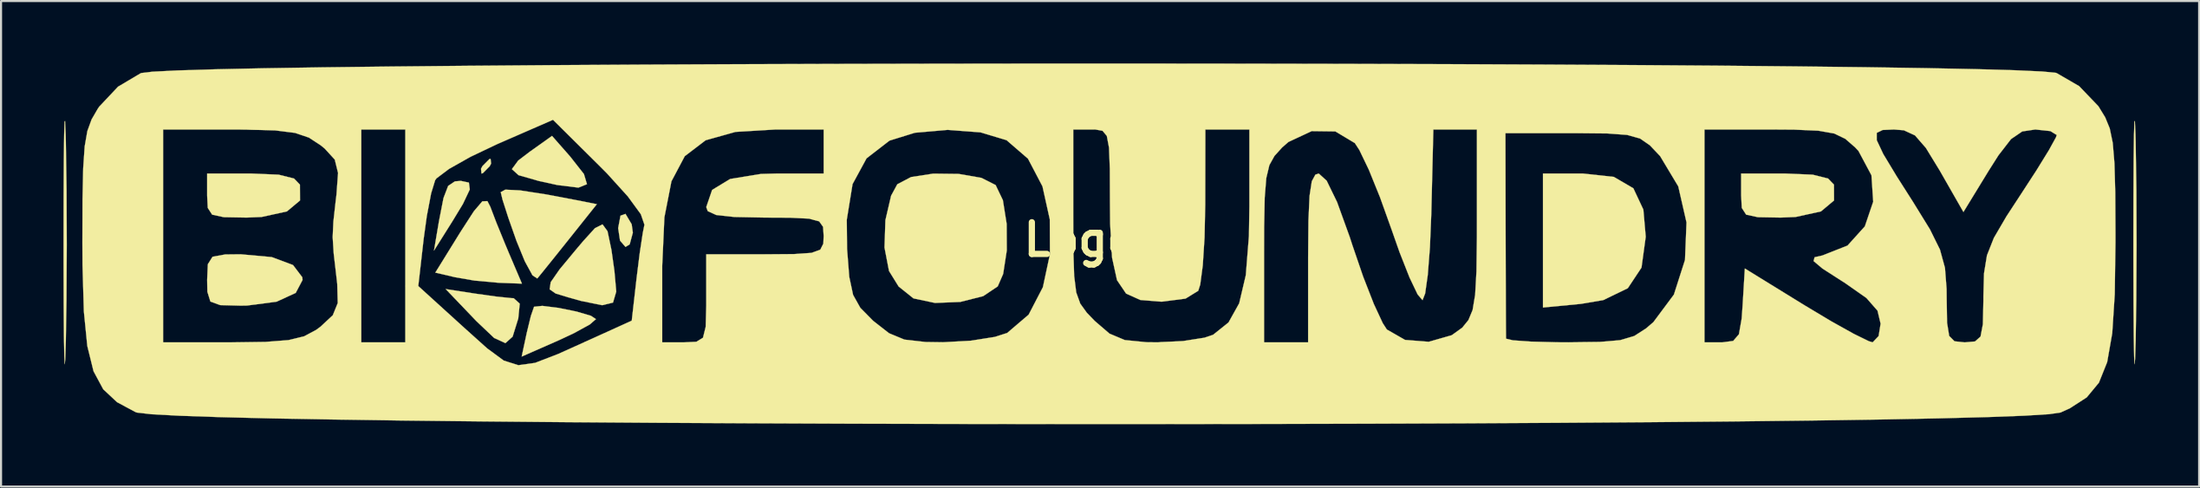
<source format=kicad_pcb>
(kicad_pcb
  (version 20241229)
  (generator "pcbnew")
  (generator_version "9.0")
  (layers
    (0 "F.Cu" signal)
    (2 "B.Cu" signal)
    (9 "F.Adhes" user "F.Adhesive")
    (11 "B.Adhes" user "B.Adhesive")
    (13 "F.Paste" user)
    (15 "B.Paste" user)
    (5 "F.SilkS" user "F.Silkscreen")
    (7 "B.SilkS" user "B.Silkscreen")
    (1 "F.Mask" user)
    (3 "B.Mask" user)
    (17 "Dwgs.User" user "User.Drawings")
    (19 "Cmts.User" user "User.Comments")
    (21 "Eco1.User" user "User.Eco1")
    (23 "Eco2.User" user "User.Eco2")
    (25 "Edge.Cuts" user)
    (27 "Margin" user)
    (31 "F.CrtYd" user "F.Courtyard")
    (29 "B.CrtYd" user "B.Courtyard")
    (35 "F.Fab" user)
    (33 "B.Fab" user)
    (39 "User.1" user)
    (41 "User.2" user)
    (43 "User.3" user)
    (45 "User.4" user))
  (footprint "Logo2"
    (layer "F.Cu")
    (at 49.592 8.466)
    (property "Reference" "Logo2" (at 0 0 0) (layer "F.SilkS") (effects (font (size 1.524 1.524) (thickness 0.3))))
    (attr through_hole)
    (fp_poly (pts (xy -29.038 -3.653) (xy -29.104 -3.528) (xy -29.437 -3.191) (xy -29.499 -3.175) (xy -29.523 -3.403) (xy -29.457 -3.528) (xy -29.125 -3.865) (xy -29.063 -3.881) (xy -29.038 -3.653)) (stroke (width 0.01) (type solid)) (fill yes) (layer "F.SilkS"))
    (fp_poly (pts (xy -22.281 -0.737) (xy -22.225 -0.332) (xy -22.377 0.23) (xy -22.578 0.353) (xy -22.841 0.05) (xy -22.931 -0.55) (xy -22.819 -1.15) (xy -22.578 -1.235) (xy -22.281 -0.737)) (stroke (width 0.01) (type solid)) (fill yes) (layer "F.SilkS"))
    (fp_poly (pts (xy -30.105 -2.739) (xy -30.062 -2.41) (xy -30.389 -1.718) (xy -30.896 -0.882) (xy -31.783 0.529) (xy -31.544 -0.882) (xy -31.326 -1.998) (xy -31.102 -2.581) (xy -30.779 -2.798) (xy -30.494 -2.822) (xy -30.105 -2.739)) (stroke (width 0.01) (type solid)) (fill yes) (layer "F.SilkS"))
    (fp_poly (pts (xy -25.237 -3.991) (xy -24.576 -3.15) (xy -24.43 -2.663) (xy -24.841 -2.498) (xy -25.85 -2.622) (xy -26.741 -2.817) (xy -27.72 -3.097) (xy -28.039 -3.386) (xy -27.734 -3.801) (xy -27.187 -4.217) (xy -26.11 -4.984) (xy -25.237 -3.991)) (stroke (width 0.01) (type solid)) (fill yes) (layer "F.SilkS"))
    (fp_poly (pts (xy 24.926 -3.013) (xy 25.864 -2.465) (xy 26.344 -1.442) (xy 26.458 -0.137) (xy 26.255 1.346) (xy 25.597 2.337) (xy 24.416 2.909) (xy 23.349 3.089) (xy 21.519 3.265) (xy 21.519 -3.175) (xy 23.44 -3.175) (xy 24.926 -3.013)) (stroke (width 0.01) (type solid)) (fill yes) (layer "F.SilkS"))
    (fp_poly (pts (xy -29.81 2.596) (xy -28.799 2.737) (xy -28.056 2.814) (xy -27.951 2.818) (xy -27.662 3.079) (xy -27.732 3.792) (xy -28.003 4.665) (xy -28.35 4.977) (xy -28.891 4.729) (xy -29.741 3.924) (xy -29.827 3.834) (xy -31.221 2.378) (xy -29.81 2.596)) (stroke (width 0.01) (type solid)) (fill yes) (layer "F.SilkS"))
    (fp_poly (pts (xy -39.248 -3.12) (xy -38.508 -2.935) (xy -38.226 -2.641) (xy -38.222 -1.88) (xy -38.851 -1.354) (xy -40.072 -1.087) (xy -40.789 -1.058) (xy -41.883 -1.077) (xy -42.446 -1.199) (xy -42.656 -1.523) (xy -42.686 -2.117) (xy -42.686 -3.175) (xy -40.558 -3.175) (xy -39.248 -3.12)) (stroke (width 0.01) (type solid)) (fill yes) (layer "F.SilkS"))
    (fp_poly (pts (xy -29.078 -1.584) (xy -28.79 -0.829) (xy -28.36 0.224) (xy -28.195 0.617) (xy -27.556 2.117) (xy -28.683 2.075) (xy -29.837 1.97) (xy -30.764 1.81) (xy -31.719 1.587) (xy -30.521 -0.349) (xy -29.865 -1.364) (xy -29.46 -1.839) (xy -29.216 -1.85) (xy -29.078 -1.584)) (stroke (width 0.01) (type solid)) (fill yes) (layer "F.SilkS"))
    (fp_poly (pts (xy -25.802 3.282) (xy -24.932 3.459) (xy -24.24 3.663) (xy -23.997 3.823) (xy -24.297 4.082) (xy -25.062 4.501) (xy -25.787 4.84) (xy -27.568 5.623) (xy -27.325 4.487) (xy -27.128 3.675) (xy -26.977 3.238) (xy -26.97 3.228) (xy -26.574 3.186) (xy -25.802 3.282)) (stroke (width 0.01) (type solid)) (fill yes) (layer "F.SilkS"))
    (fp_poly (pts (xy 34.483 -3.12) (xy 35.223 -2.935) (xy 35.505 -2.641) (xy 35.508 -1.88) (xy 34.879 -1.354) (xy 33.659 -1.087) (xy 32.942 -1.058) (xy 31.848 -1.077) (xy 31.284 -1.199) (xy 31.075 -1.523) (xy 31.044 -2.117) (xy 31.044 -3.175) (xy 33.172 -3.175) (xy 34.483 -3.12)) (stroke (width 0.01) (type solid)) (fill yes) (layer "F.SilkS"))
    (fp_poly (pts (xy -27.646 -2.365) (xy -26.379 -2.169) (xy -24.942 -1.897) (xy -23.956 -1.701) (xy -25.267 -0.057) (xy -26.011 0.873) (xy -26.585 1.585) (xy -26.818 1.869) (xy -27.049 1.717) (xy -27.417 1.044) (xy -27.816 0.069) (xy -28.213 -1.059) (xy -28.488 -1.916) (xy -28.575 -2.28) (xy -28.354 -2.4) (xy -27.646 -2.365)) (stroke (width 0.01) (type solid)) (fill yes) (layer "F.SilkS"))
    (fp_poly (pts (xy -39.578 0.842) (xy -38.558 1.223) (xy -38.112 1.811) (xy -38.1 1.94) (xy -38.428 2.562) (xy -39.347 2.985) (xy -40.763 3.17) (xy -41.075 3.175) (xy -42.06 3.15) (xy -42.53 2.977) (xy -42.675 2.51) (xy -42.686 1.94) (xy -42.653 1.185) (xy -42.427 0.825) (xy -41.818 0.714) (xy -41.075 0.706) (xy -39.578 0.842)) (stroke (width 0.01) (type solid)) (fill yes) (layer "F.SilkS"))
    (fp_poly (pts (xy -23.443 -0.405) (xy -23.253 0.502) (xy -23.112 1.499) (xy -23.023 2.499) (xy -23.178 3.028) (xy -23.698 3.154) (xy -24.708 2.95) (xy -25.34 2.773) (xy -25.935 2.592) (xy -26.224 2.39) (xy -26.173 2.046) (xy -25.75 1.437) (xy -24.923 0.44) (xy -24.61 0.071) (xy -24.047 -0.549) (xy -23.683 -0.732) (xy -23.443 -0.405)) (stroke (width 0.01) (type solid)) (fill yes) (layer "F.SilkS"))
    (fp_poly (pts (xy -49.488 -5.082) (xy -49.478 -4.695) (xy -49.443 -2.399) (xy -49.433 0.247) (xy -49.447 2.888) (xy -49.478 4.83) (xy -49.505 5.745) (xy -49.53 5.992) (xy -49.551 5.61) (xy -49.569 4.635) (xy -49.581 3.106) (xy -49.587 1.06) (xy -49.587 0.176) (xy -49.584 -2.063) (xy -49.574 -3.811) (xy -49.559 -5.026) (xy -49.539 -5.669) (xy -49.515 -5.701) (xy -49.488 -5.082)) (stroke (width 0.01) (type solid)) (fill yes) (layer "F.SilkS"))
    (fp_poly (pts (xy 49.995 -5.082) (xy 50.005 -4.695) (xy 50.04 -2.399) (xy 50.05 0.247) (xy 50.036 2.888) (xy 50.006 4.83) (xy 49.978 5.745) (xy 49.953 5.992) (xy 49.932 5.61) (xy 49.915 4.635) (xy 49.903 3.106) (xy 49.897 1.06) (xy 49.896 0.176) (xy 49.9 -2.063) (xy 49.909 -3.811) (xy 49.925 -5.026) (xy 49.945 -5.669) (xy 49.969 -5.701) (xy 49.995 -5.082)) (stroke (width 0.01) (type solid)) (fill yes) (layer "F.SilkS"))
    (fp_poly (pts (xy -6.565 -3.157) (xy -5.472 -2.967) (xy -4.788 -2.621) (xy -4.439 -1.892) (xy -4.258 -0.754) (xy -4.252 0.519) (xy -4.426 1.649) (xy -4.687 2.249) (xy -5.385 2.717) (xy -6.485 2.996) (xy -7.701 3.045) (xy -8.736 2.827) (xy -9.451 2.255) (xy -9.913 1.509) (xy -10.13 0.38) (xy -10.086 -0.934) (xy -9.813 -2.108) (xy -9.514 -2.66) (xy -8.854 -3.006) (xy -7.782 -3.171) (xy -6.565 -3.157)) (stroke (width 0.01) (type solid)) (fill yes) (layer "F.SilkS"))
    (fp_poly (pts (xy 7.225 -8.456) (xy 12.113 -8.447) (xy 16.876 -8.433) (xy 21.461 -8.413) (xy 25.816 -8.389) (xy 29.89 -8.36) (xy 33.63 -8.325) (xy 36.985 -8.286) (xy 39.903 -8.242) (xy 42.331 -8.193) (xy 44.218 -8.139) (xy 45.512 -8.08) (xy 46.161 -8.017) (xy 46.202 -8.006) (xy 47.289 -7.376) (xy 48.209 -6.417) (xy 48.23 -6.386) (xy 48.542 -5.876) (xy 48.761 -5.341) (xy 48.904 -4.649) (xy 48.986 -3.67) (xy 49.025 -2.273) (xy 49.035 -0.328) (xy 49.035 0.14) (xy 49.001 2.621) (xy 48.88 4.501) (xy 48.637 5.887) (xy 48.239 6.88) (xy 47.652 7.586) (xy 46.843 8.108) (xy 46.394 8.312) (xy 45.852 8.391) (xy 44.657 8.465) (xy 42.86 8.532) (xy 40.514 8.593) (xy 37.67 8.648) (xy 34.38 8.697) (xy 30.696 8.74) (xy 26.669 8.776) (xy 22.351 8.806) (xy 17.795 8.831) (xy 13.051 8.849) (xy 8.172 8.861) (xy 3.209 8.867) (xy -1.786 8.867) (xy -6.76 8.861) (xy -11.663 8.849) (xy -16.443 8.83) (xy -21.047 8.806) (xy -25.424 8.776) (xy -29.522 8.739) (xy -33.29 8.697) (xy -36.675 8.648) (xy -39.626 8.594) (xy -42.091 8.533) (xy -44.018 8.467) (xy -45.356 8.395) (xy -46.053 8.316) (xy -46.119 8.296) (xy -47.015 7.816) (xy -47.68 7.195) (xy -48.146 6.329) (xy -48.446 5.114) (xy -48.612 3.446) (xy -48.677 1.221) (xy -48.682 0.14) (xy -48.676 -1.931) (xy -48.644 -3.427) (xy -48.572 -4.48) (xy -48.443 -5.219) (xy -48.416 -5.292) (xy -44.803 -5.292) (xy -44.803 4.939) (xy -41.499 4.939) (xy -39.872 4.917) (xy -38.772 4.831) (xy -38.022 4.648) (xy -37.443 4.338) (xy -37.234 4.183) (xy -36.646 3.635) (xy -36.409 3.049) (xy -36.433 2.138) (xy -36.471 1.802) (xy -36.604 0.66) (xy -36.653 -0.117) (xy -36.618 -0.866) (xy -36.5 -1.923) (xy -36.471 -2.154) (xy -36.394 -3.202) (xy -36.552 -3.846) (xy -37.037 -4.376) (xy -37.234 -4.536) (xy -37.794 -4.902) (xy -38.46 -5.128) (xy -39.408 -5.247) (xy -40.816 -5.289) (xy -41.499 -5.292) (xy -35.278 -5.292) (xy -35.278 4.939) (xy -33.161 4.939) (xy -33.161 2.233) (xy -32.538 2.233) (xy -30.292 4.273) (xy -29.222 5.233) (xy -28.432 5.814) (xy -27.73 6.038) (xy -26.922 5.925) (xy -25.818 5.499) (xy -24.532 4.92) (xy -22.278 3.898) (xy -22.046 1.861) (xy -21.988 1.394) (xy -20.814 1.394) (xy -20.814 4.939) (xy -19.756 4.939) (xy -19.17 4.911) (xy -18.854 4.717) (xy -18.724 4.191) (xy -18.697 3.165) (xy -18.697 2.822) (xy -18.697 0.706) (xy -15.875 0.706) (xy -14.475 0.696) (xy -13.637 0.638) (xy -13.217 0.486) (xy -13.07 0.195) (xy -13.053 -0.176) (xy -13.083 -0.614) (xy -13.269 -0.876) (xy -13.556 -0.953) (xy -11.943 -0.953) (xy -11.929 0.448) (xy -11.824 1.79) (xy -11.64 2.657) (xy -11.293 3.277) (xy -10.698 3.881) (xy -10.652 3.922) (xy -9.911 4.501) (xy -9.172 4.807) (xy -8.163 4.922) (xy -7.315 4.934) (xy -5.986 4.861) (xy -4.824 4.677) (xy -4.233 4.488) (xy -3.202 3.608) (xy -2.517 2.288) (xy -2.178 0.704) (xy -2.185 -0.97) (xy -2.537 -2.559) (xy -3.234 -3.889) (xy -4.263 -4.778) (xy -5.514 -5.154) (xy -7.093 -5.273) (xy -8.67 -5.135) (xy -9.889 -4.757) (xy -10.992 -3.905) (xy -11.665 -2.667) (xy -11.943 -0.953) (xy -13.556 -0.953) (xy -13.755 -1.007) (xy -14.686 -1.053) (xy -15.875 -1.058) (xy -17.339 -1.086) (xy -18.217 -1.182) (xy -18.626 -1.369) (xy -18.697 -1.562) (xy -18.415 -2.387) (xy -17.549 -2.913) (xy -16.07 -3.155) (xy -15.321 -3.175) (xy -13.053 -3.175) (xy -13.053 -5.292) (xy -1.058 -5.292) (xy -1.058 -1.208) (xy -1.052 0.546) (xy -1.014 1.746) (xy -0.914 2.54) (xy -0.72 3.08) (xy -0.404 3.517) (xy -0.027 3.908) (xy 0.685 4.52) (xy 1.42 4.829) (xy 2.463 4.933) (xy 2.995 4.939) (xy 4.227 4.876) (xy 5.251 4.715) (xy 5.664 4.576) (xy 6.404 3.984) (xy 6.918 3.063) (xy 7.236 1.711) (xy 7.317 0.69) (xy 8.114 0.69) (xy 8.114 4.939) (xy 10.231 4.939) (xy 10.231 0.882) (xy 10.246 -0.909) (xy 10.3 -2.102) (xy 10.408 -2.804) (xy 10.581 -3.123) (xy 10.743 -3.175) (xy 11.123 -2.83) (xy 11.622 -1.805) (xy 12.234 -0.115) (xy 12.357 0.265) (xy 12.877 1.783) (xy 13.389 3.094) (xy 13.819 4.018) (xy 14.016 4.322) (xy 14.89 4.822) (xy 16.03 4.912) (xy 17.135 4.596) (xy 17.639 4.233) (xy 17.936 3.868) (xy 18.137 3.385) (xy 18.259 2.651) (xy 18.322 1.531) (xy 18.343 -0.11) (xy 18.344 -0.882) (xy 18.344 -5.115) (xy 19.715 -5.115) (xy 19.724 -0.265) (xy 19.729 1.512) (xy 19.733 3.023) (xy 19.738 4.135) (xy 19.743 4.713) (xy 19.745 4.763) (xy 20.076 4.842) (xy 20.949 4.903) (xy 22.202 4.936) (xy 22.749 4.939) (xy 24.244 4.921) (xy 25.231 4.834) (xy 25.908 4.633) (xy 26.473 4.269) (xy 26.824 3.969) (xy 27.811 2.645) (xy 28.345 0.978) (xy 28.418 -0.824) (xy 28.022 -2.557) (xy 27.148 -4.014) (xy 27.146 -4.016) (xy 26.654 -4.534) (xy 26.187 -4.857) (xy 25.567 -5.031) (xy 24.618 -5.101) (xy 23.163 -5.115) (xy 22.94 -5.115) (xy 19.715 -5.115) (xy 18.344 -5.115) (xy 18.344 -5.292) (xy 29.281 -5.292) (xy 29.281 4.939) (xy 30.144 4.939) (xy 30.661 4.871) (xy 30.937 4.55) (xy 31.069 3.796) (xy 31.114 3.164) (xy 31.221 1.389) (xy 34.102 3.164) (xy 35.384 3.931) (xy 36.46 4.531) (xy 37.177 4.882) (xy 37.365 4.939) (xy 37.651 4.637) (xy 37.747 4.042) (xy 37.598 3.416) (xy 37.065 2.808) (xy 36.021 2.076) (xy 35.921 2.014) (xy 34.951 1.391) (xy 34.525 1.032) (xy 34.574 0.848) (xy 34.951 0.763) (xy 36.157 0.287) (xy 36.989 -0.635) (xy 37.391 -1.822) (xy 37.307 -3.091) (xy 36.683 -4.26) (xy 36.529 -4.426) (xy 36.052 -4.842) (xy 35.521 -5.098) (xy 35.34 -5.13) (xy 37.561 -5.13) (xy 37.561 -4.779) (xy 37.873 -4.115) (xy 38.523 -3.038) (xy 39.304 -1.812) (xy 40.116 -0.496) (xy 40.6 0.482) (xy 40.84 1.358) (xy 40.918 2.368) (xy 40.922 2.826) (xy 40.941 3.998) (xy 41.043 4.63) (xy 41.299 4.888) (xy 41.776 4.939) (xy 41.804 4.939) (xy 42.285 4.896) (xy 42.55 4.661) (xy 42.662 4.069) (xy 42.687 2.96) (xy 42.687 2.734) (xy 42.717 1.625) (xy 42.858 0.76) (xy 43.19 -0.08) (xy 43.794 -1.114) (xy 44.45 -2.117) (xy 45.231 -3.317) (xy 45.835 -4.297) (xy 46.172 -4.909) (xy 46.213 -5.027) (xy 45.907 -5.215) (xy 45.184 -5.292) (xy 44.556 -5.199) (xy 44.016 -4.831) (xy 43.411 -4.05) (xy 42.941 -3.309) (xy 41.728 -1.326) (xy 40.594 -3.309) (xy 39.923 -4.406) (xy 39.399 -5.008) (xy 38.864 -5.254) (xy 38.389 -5.292) (xy 37.845 -5.268) (xy 37.561 -5.13) (xy 35.34 -5.13) (xy 34.757 -5.233) (xy 33.585 -5.285) (xy 32.472 -5.292) (xy 29.281 -5.292) (xy 18.344 -5.292) (xy 16.25 -5.292) (xy 16.151 -1.233) (xy 16.085 0.375) (xy 15.982 1.697) (xy 15.856 2.591) (xy 15.73 2.912) (xy 15.494 2.636) (xy 15.105 1.822) (xy 14.625 0.605) (xy 14.239 -0.493) (xy 13.69 -2.024) (xy 13.151 -3.354) (xy 12.695 -4.304) (xy 12.477 -4.638) (xy 11.541 -5.199) (xy 10.402 -5.213) (xy 9.286 -4.693) (xy 8.98 -4.426) (xy 8.613 -4.02) (xy 8.368 -3.578) (xy 8.22 -2.957) (xy 8.144 -2.013) (xy 8.117 -0.603) (xy 8.114 0.69) (xy 7.317 0.69) (xy 7.386 -0.174) (xy 7.408 -1.57) (xy 7.408 -5.292) (xy 5.292 -5.292) (xy 5.286 -1.676) (xy 5.253 -0.104) (xy 5.168 1.234) (xy 5.046 2.161) (xy 4.951 2.461) (xy 4.34 2.837) (xy 3.223 2.982) (xy 3.159 2.983) (xy 2.168 2.903) (xy 1.481 2.594) (xy 1.046 1.951) (xy 0.808 0.868) (xy 0.715 -0.759) (xy 0.706 -1.831) (xy 0.7 -3.414) (xy 0.661 -4.421) (xy 0.555 -4.983) (xy 0.35 -5.229) (xy 0.012 -5.29) (xy -0.176 -5.292) (xy -1.058 -5.292) (xy -13.053 -5.292) (xy -15.363 -5.292) (xy -17.291 -5.176) (xy -18.725 -4.775) (xy -19.73 -4.009) (xy -20.37 -2.801) (xy -20.709 -1.069) (xy -20.814 1.265) (xy -20.814 1.394) (xy -21.988 1.394) (xy -21.895 0.652) (xy -21.748 -0.318) (xy -21.668 -0.716) (xy -21.842 -1.221) (xy -22.468 -2.077) (xy -23.464 -3.177) (xy -23.792 -3.507) (xy -26.063 -5.758) (xy -28.747 -4.588) (xy -30.028 -3.979) (xy -31.058 -3.398) (xy -31.659 -2.946) (xy -31.727 -2.855) (xy -31.92 -2.222) (xy -32.127 -1.139) (xy -32.28 -0.03) (xy -32.538 2.233) (xy -33.161 2.233) (xy -33.161 -5.292) (xy -35.278 -5.292) (xy -41.499 -5.292) (xy -44.803 -5.292) (xy -48.416 -5.292) (xy -48.24 -5.775) (xy -47.948 -6.279) (xy -47.877 -6.386) (xy -46.969 -7.349) (xy -45.88 -7.995) (xy -45.849 -8.006) (xy -45.31 -8.07) (xy -44.117 -8.13) (xy -42.323 -8.185) (xy -39.979 -8.235) (xy -37.138 -8.28) (xy -33.85 -8.319) (xy -30.169 -8.354) (xy -26.146 -8.385) (xy -21.833 -8.41) (xy -17.282 -8.43) (xy -12.545 -8.445) (xy -7.674 -8.455) (xy -2.72 -8.461) (xy 2.263 -8.461) (xy 7.225 -8.456)) (stroke (width 0.01) (type solid)) (fill yes) (layer "F.SilkS")))
  (gr_rect
    (start -3 -3)
    (end 102.648 20.338)
    (stroke (width 0.1) (type default))
    (fill no)
    (layer "Edge.Cuts")))
</source>
